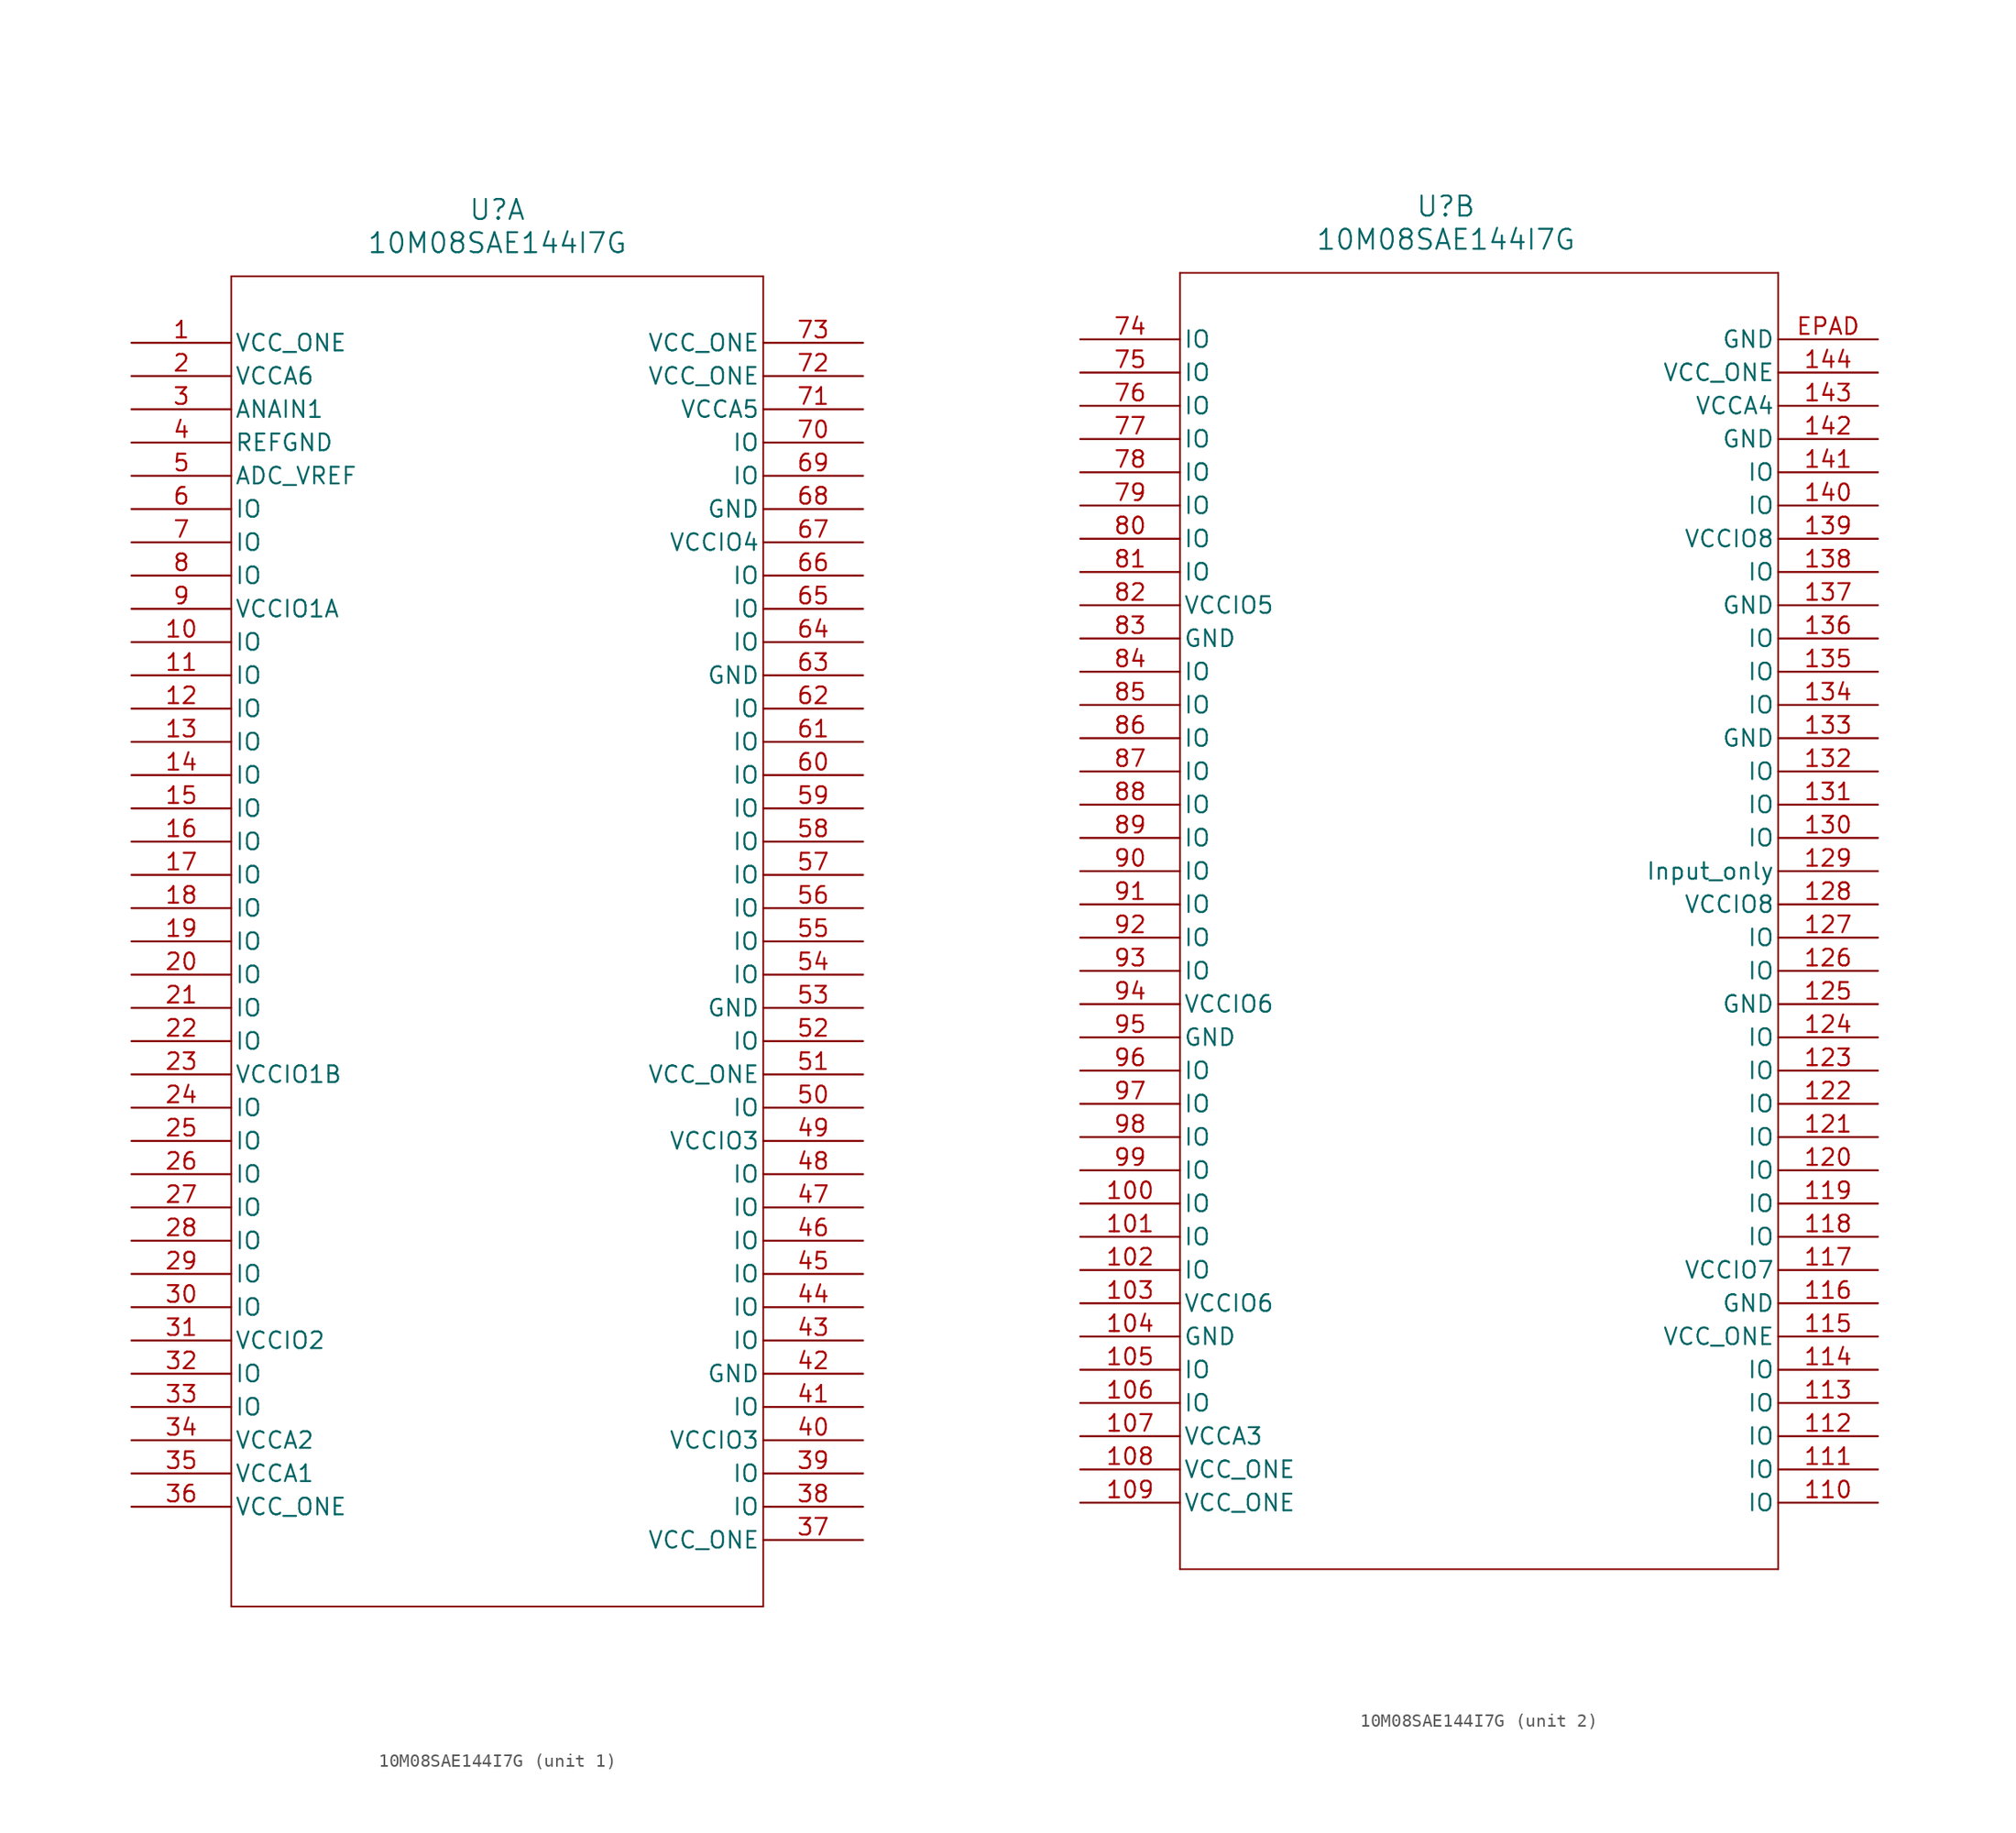
<source format=kicad_sym>
(kicad_symbol_lib
  (version 20211014)
  (generator kicad_symbol_editor)
  (symbol "10M08SAE144I7G"
    (pin_names
      (offset 0.254))
    (property "Reference" "U"
      (at 27.94 10.16 0)
      (effects (font (size 1.524 1.524))))
    (property "Value" "10M08SAE144I7G"
      (at 27.94 7.62 0)
      (effects (font (size 1.524 1.524))))
    (symbol "10M08SAE144I7G_1_1"
      (polyline (pts (xy 7.62 5.08) (xy 7.62 -96.52)) (stroke (width 0.127) (type default) (color 0 0 0 0)) (fill (type none)))
      (polyline (pts (xy 7.62 -96.52) (xy 48.26 -96.52)) (stroke (width 0.127) (type default) (color 0 0 0 0)) (fill (type none)))
      (polyline (pts (xy 48.26 -96.52) (xy 48.26 5.08)) (stroke (width 0.127) (type default) (color 0 0 0 0)) (fill (type none)))
      (polyline (pts (xy 48.26 5.08) (xy 7.62 5.08)) (stroke (width 0.127) (type default) (color 0 0 0 0)) (fill (type none)))
      (pin power_in line (at 0 0 0) (length 7.62) (name "VCC_ONE" (effects (font (size 1.27 1.27)))) (number "1" (effects (font (size 1.27 1.27)))))
      (pin power_in line (at 0 -2.54 0) (length 7.62) (name "VCCA6" (effects (font (size 1.27 1.27)))) (number "2" (effects (font (size 1.27 1.27)))))
      (pin input line (at 0 -5.08 0) (length 7.62) (name "ANAIN1" (effects (font (size 1.27 1.27)))) (number "3" (effects (font (size 1.27 1.27)))))
      (pin power_out line (at 0 -7.62 0) (length 7.62) (name "REFGND" (effects (font (size 1.27 1.27)))) (number "4" (effects (font (size 1.27 1.27)))))
      (pin power_in line (at 0 -10.16 0) (length 7.62) (name "ADC_VREF" (effects (font (size 1.27 1.27)))) (number "5" (effects (font (size 1.27 1.27)))))
      (pin bidirectional line (at 0 -12.7 0) (length 7.62) (name "IO" (effects (font (size 1.27 1.27)))) (number "6" (effects (font (size 1.27 1.27)))))
      (pin bidirectional line (at 0 -15.24 0) (length 7.62) (name "IO" (effects (font (size 1.27 1.27)))) (number "7" (effects (font (size 1.27 1.27)))))
      (pin bidirectional line (at 0 -17.78 0) (length 7.62) (name "IO" (effects (font (size 1.27 1.27)))) (number "8" (effects (font (size 1.27 1.27)))))
      (pin power_in line (at 0 -20.32 0) (length 7.62) (name "VCCIO1A" (effects (font (size 1.27 1.27)))) (number "9" (effects (font (size 1.27 1.27)))))
      (pin bidirectional line (at 0 -22.86 0) (length 7.62) (name "IO" (effects (font (size 1.27 1.27)))) (number "10" (effects (font (size 1.27 1.27)))))
      (pin bidirectional line (at 0 -25.4 0) (length 7.62) (name "IO" (effects (font (size 1.27 1.27)))) (number "11" (effects (font (size 1.27 1.27)))))
      (pin bidirectional line (at 0 -27.94 0) (length 7.62) (name "IO" (effects (font (size 1.27 1.27)))) (number "12" (effects (font (size 1.27 1.27)))))
      (pin bidirectional line (at 0 -30.48 0) (length 7.62) (name "IO" (effects (font (size 1.27 1.27)))) (number "13" (effects (font (size 1.27 1.27)))))
      (pin bidirectional line (at 0 -33.02 0) (length 7.62) (name "IO" (effects (font (size 1.27 1.27)))) (number "14" (effects (font (size 1.27 1.27)))))
      (pin bidirectional line (at 0 -35.56 0) (length 7.62) (name "IO" (effects (font (size 1.27 1.27)))) (number "15" (effects (font (size 1.27 1.27)))))
      (pin bidirectional line (at 0 -38.1 0) (length 7.62) (name "IO" (effects (font (size 1.27 1.27)))) (number "16" (effects (font (size 1.27 1.27)))))
      (pin bidirectional line (at 0 -40.64 0) (length 7.62) (name "IO" (effects (font (size 1.27 1.27)))) (number "17" (effects (font (size 1.27 1.27)))))
      (pin bidirectional line (at 0 -43.18 0) (length 7.62) (name "IO" (effects (font (size 1.27 1.27)))) (number "18" (effects (font (size 1.27 1.27)))))
      (pin bidirectional line (at 0 -45.72 0) (length 7.62) (name "IO" (effects (font (size 1.27 1.27)))) (number "19" (effects (font (size 1.27 1.27)))))
      (pin bidirectional line (at 0 -48.26 0) (length 7.62) (name "IO" (effects (font (size 1.27 1.27)))) (number "20" (effects (font (size 1.27 1.27)))))
      (pin bidirectional line (at 0 -50.8 0) (length 7.62) (name "IO" (effects (font (size 1.27 1.27)))) (number "21" (effects (font (size 1.27 1.27)))))
      (pin bidirectional line (at 0 -53.34 0) (length 7.62) (name "IO" (effects (font (size 1.27 1.27)))) (number "22" (effects (font (size 1.27 1.27)))))
      (pin power_in line (at 0 -55.88 0) (length 7.62) (name "VCCIO1B" (effects (font (size 1.27 1.27)))) (number "23" (effects (font (size 1.27 1.27)))))
      (pin bidirectional line (at 0 -58.42 0) (length 7.62) (name "IO" (effects (font (size 1.27 1.27)))) (number "24" (effects (font (size 1.27 1.27)))))
      (pin bidirectional line (at 0 -60.96 0) (length 7.62) (name "IO" (effects (font (size 1.27 1.27)))) (number "25" (effects (font (size 1.27 1.27)))))
      (pin bidirectional line (at 0 -63.5 0) (length 7.62) (name "IO" (effects (font (size 1.27 1.27)))) (number "26" (effects (font (size 1.27 1.27)))))
      (pin bidirectional line (at 0 -66.04 0) (length 7.62) (name "IO" (effects (font (size 1.27 1.27)))) (number "27" (effects (font (size 1.27 1.27)))))
      (pin bidirectional line (at 0 -68.58 0) (length 7.62) (name "IO" (effects (font (size 1.27 1.27)))) (number "28" (effects (font (size 1.27 1.27)))))
      (pin bidirectional line (at 0 -71.12 0) (length 7.62) (name "IO" (effects (font (size 1.27 1.27)))) (number "29" (effects (font (size 1.27 1.27)))))
      (pin bidirectional line (at 0 -73.66 0) (length 7.62) (name "IO" (effects (font (size 1.27 1.27)))) (number "30" (effects (font (size 1.27 1.27)))))
      (pin power_in line (at 0 -76.2 0) (length 7.62) (name "VCCIO2" (effects (font (size 1.27 1.27)))) (number "31" (effects (font (size 1.27 1.27)))))
      (pin bidirectional line (at 0 -78.74 0) (length 7.62) (name "IO" (effects (font (size 1.27 1.27)))) (number "32" (effects (font (size 1.27 1.27)))))
      (pin bidirectional line (at 0 -81.28 0) (length 7.62) (name "IO" (effects (font (size 1.27 1.27)))) (number "33" (effects (font (size 1.27 1.27)))))
      (pin power_in line (at 0 -83.82 0) (length 7.62) (name "VCCA2" (effects (font (size 1.27 1.27)))) (number "34" (effects (font (size 1.27 1.27)))))
      (pin power_in line (at 0 -86.36 0) (length 7.62) (name "VCCA1" (effects (font (size 1.27 1.27)))) (number "35" (effects (font (size 1.27 1.27)))))
      (pin power_in line (at 0 -88.9 0) (length 7.62) (name "VCC_ONE" (effects (font (size 1.27 1.27)))) (number "36" (effects (font (size 1.27 1.27)))))
      (pin power_in line (at 55.88 -91.44 180) (length 7.62) (name "VCC_ONE" (effects (font (size 1.27 1.27)))) (number "37" (effects (font (size 1.27 1.27)))))
      (pin bidirectional line (at 55.88 -88.9 180) (length 7.62) (name "IO" (effects (font (size 1.27 1.27)))) (number "38" (effects (font (size 1.27 1.27)))))
      (pin bidirectional line (at 55.88 -86.36 180) (length 7.62) (name "IO" (effects (font (size 1.27 1.27)))) (number "39" (effects (font (size 1.27 1.27)))))
      (pin power_in line (at 55.88 -83.82 180) (length 7.62) (name "VCCIO3" (effects (font (size 1.27 1.27)))) (number "40" (effects (font (size 1.27 1.27)))))
      (pin bidirectional line (at 55.88 -81.28 180) (length 7.62) (name "IO" (effects (font (size 1.27 1.27)))) (number "41" (effects (font (size 1.27 1.27)))))
      (pin power_out line (at 55.88 -78.74 180) (length 7.62) (name "GND" (effects (font (size 1.27 1.27)))) (number "42" (effects (font (size 1.27 1.27)))))
      (pin bidirectional line (at 55.88 -76.2 180) (length 7.62) (name "IO" (effects (font (size 1.27 1.27)))) (number "43" (effects (font (size 1.27 1.27)))))
      (pin bidirectional line (at 55.88 -73.66 180) (length 7.62) (name "IO" (effects (font (size 1.27 1.27)))) (number "44" (effects (font (size 1.27 1.27)))))
      (pin bidirectional line (at 55.88 -71.12 180) (length 7.62) (name "IO" (effects (font (size 1.27 1.27)))) (number "45" (effects (font (size 1.27 1.27)))))
      (pin bidirectional line (at 55.88 -68.58 180) (length 7.62) (name "IO" (effects (font (size 1.27 1.27)))) (number "46" (effects (font (size 1.27 1.27)))))
      (pin bidirectional line (at 55.88 -66.04 180) (length 7.62) (name "IO" (effects (font (size 1.27 1.27)))) (number "47" (effects (font (size 1.27 1.27)))))
      (pin bidirectional line (at 55.88 -63.5 180) (length 7.62) (name "IO" (effects (font (size 1.27 1.27)))) (number "48" (effects (font (size 1.27 1.27)))))
      (pin power_in line (at 55.88 -60.96 180) (length 7.62) (name "VCCIO3" (effects (font (size 1.27 1.27)))) (number "49" (effects (font (size 1.27 1.27)))))
      (pin bidirectional line (at 55.88 -58.42 180) (length 7.62) (name "IO" (effects (font (size 1.27 1.27)))) (number "50" (effects (font (size 1.27 1.27)))))
      (pin power_in line (at 55.88 -55.88 180) (length 7.62) (name "VCC_ONE" (effects (font (size 1.27 1.27)))) (number "51" (effects (font (size 1.27 1.27)))))
      (pin bidirectional line (at 55.88 -53.34 180) (length 7.62) (name "IO" (effects (font (size 1.27 1.27)))) (number "52" (effects (font (size 1.27 1.27)))))
      (pin power_out line (at 55.88 -50.8 180) (length 7.62) (name "GND" (effects (font (size 1.27 1.27)))) (number "53" (effects (font (size 1.27 1.27)))))
      (pin bidirectional line (at 55.88 -48.26 180) (length 7.62) (name "IO" (effects (font (size 1.27 1.27)))) (number "54" (effects (font (size 1.27 1.27)))))
      (pin bidirectional line (at 55.88 -45.72 180) (length 7.62) (name "IO" (effects (font (size 1.27 1.27)))) (number "55" (effects (font (size 1.27 1.27)))))
      (pin bidirectional line (at 55.88 -43.18 180) (length 7.62) (name "IO" (effects (font (size 1.27 1.27)))) (number "56" (effects (font (size 1.27 1.27)))))
      (pin bidirectional line (at 55.88 -40.64 180) (length 7.62) (name "IO" (effects (font (size 1.27 1.27)))) (number "57" (effects (font (size 1.27 1.27)))))
      (pin bidirectional line (at 55.88 -38.1 180) (length 7.62) (name "IO" (effects (font (size 1.27 1.27)))) (number "58" (effects (font (size 1.27 1.27)))))
      (pin bidirectional line (at 55.88 -35.56 180) (length 7.62) (name "IO" (effects (font (size 1.27 1.27)))) (number "59" (effects (font (size 1.27 1.27)))))
      (pin bidirectional line (at 55.88 -33.02 180) (length 7.62) (name "IO" (effects (font (size 1.27 1.27)))) (number "60" (effects (font (size 1.27 1.27)))))
      (pin bidirectional line (at 55.88 -30.48 180) (length 7.62) (name "IO" (effects (font (size 1.27 1.27)))) (number "61" (effects (font (size 1.27 1.27)))))
      (pin bidirectional line (at 55.88 -27.94 180) (length 7.62) (name "IO" (effects (font (size 1.27 1.27)))) (number "62" (effects (font (size 1.27 1.27)))))
      (pin power_out line (at 55.88 -25.4 180) (length 7.62) (name "GND" (effects (font (size 1.27 1.27)))) (number "63" (effects (font (size 1.27 1.27)))))
      (pin bidirectional line (at 55.88 -22.86 180) (length 7.62) (name "IO" (effects (font (size 1.27 1.27)))) (number "64" (effects (font (size 1.27 1.27)))))
      (pin bidirectional line (at 55.88 -20.32 180) (length 7.62) (name "IO" (effects (font (size 1.27 1.27)))) (number "65" (effects (font (size 1.27 1.27)))))
      (pin bidirectional line (at 55.88 -17.78 180) (length 7.62) (name "IO" (effects (font (size 1.27 1.27)))) (number "66" (effects (font (size 1.27 1.27)))))
      (pin power_in line (at 55.88 -15.24 180) (length 7.62) (name "VCCIO4" (effects (font (size 1.27 1.27)))) (number "67" (effects (font (size 1.27 1.27)))))
      (pin power_out line (at 55.88 -12.7 180) (length 7.62) (name "GND" (effects (font (size 1.27 1.27)))) (number "68" (effects (font (size 1.27 1.27)))))
      (pin bidirectional line (at 55.88 -10.16 180) (length 7.62) (name "IO" (effects (font (size 1.27 1.27)))) (number "69" (effects (font (size 1.27 1.27)))))
      (pin bidirectional line (at 55.88 -7.62 180) (length 7.62) (name "IO" (effects (font (size 1.27 1.27)))) (number "70" (effects (font (size 1.27 1.27)))))
      (pin power_in line (at 55.88 -5.08 180) (length 7.62) (name "VCCA5" (effects (font (size 1.27 1.27)))) (number "71" (effects (font (size 1.27 1.27)))))
      (pin power_in line (at 55.88 -2.54 180) (length 7.62) (name "VCC_ONE" (effects (font (size 1.27 1.27)))) (number "72" (effects (font (size 1.27 1.27)))))
      (pin power_in line (at 55.88 0 180) (length 7.62) (name "VCC_ONE" (effects (font (size 1.27 1.27)))) (number "73" (effects (font (size 1.27 1.27))))))
    (symbol "10M08SAE144I7G_2_1"
      (polyline (pts (xy 7.62 5.08) (xy 7.62 -93.98)) (stroke (width 0.127) (type default) (color 0 0 0 0)) (fill (type none)))
      (polyline (pts (xy 7.62 -93.98) (xy 53.34 -93.98)) (stroke (width 0.127) (type default) (color 0 0 0 0)) (fill (type none)))
      (polyline (pts (xy 53.34 -93.98) (xy 53.34 5.08)) (stroke (width 0.127) (type default) (color 0 0 0 0)) (fill (type none)))
      (polyline (pts (xy 53.34 5.08) (xy 7.62 5.08)) (stroke (width 0.127) (type default) (color 0 0 0 0)) (fill (type none)))
      (pin bidirectional line (at 0 0 0) (length 7.62) (name "IO" (effects (font (size 1.27 1.27)))) (number "74" (effects (font (size 1.27 1.27)))))
      (pin bidirectional line (at 0 -2.54 0) (length 7.62) (name "IO" (effects (font (size 1.27 1.27)))) (number "75" (effects (font (size 1.27 1.27)))))
      (pin bidirectional line (at 0 -5.08 0) (length 7.62) (name "IO" (effects (font (size 1.27 1.27)))) (number "76" (effects (font (size 1.27 1.27)))))
      (pin bidirectional line (at 0 -7.62 0) (length 7.62) (name "IO" (effects (font (size 1.27 1.27)))) (number "77" (effects (font (size 1.27 1.27)))))
      (pin bidirectional line (at 0 -10.16 0) (length 7.62) (name "IO" (effects (font (size 1.27 1.27)))) (number "78" (effects (font (size 1.27 1.27)))))
      (pin bidirectional line (at 0 -12.7 0) (length 7.62) (name "IO" (effects (font (size 1.27 1.27)))) (number "79" (effects (font (size 1.27 1.27)))))
      (pin bidirectional line (at 0 -15.24 0) (length 7.62) (name "IO" (effects (font (size 1.27 1.27)))) (number "80" (effects (font (size 1.27 1.27)))))
      (pin bidirectional line (at 0 -17.78 0) (length 7.62) (name "IO" (effects (font (size 1.27 1.27)))) (number "81" (effects (font (size 1.27 1.27)))))
      (pin power_in line (at 0 -20.32 0) (length 7.62) (name "VCCIO5" (effects (font (size 1.27 1.27)))) (number "82" (effects (font (size 1.27 1.27)))))
      (pin power_out line (at 0 -22.86 0) (length 7.62) (name "GND" (effects (font (size 1.27 1.27)))) (number "83" (effects (font (size 1.27 1.27)))))
      (pin bidirectional line (at 0 -25.4 0) (length 7.62) (name "IO" (effects (font (size 1.27 1.27)))) (number "84" (effects (font (size 1.27 1.27)))))
      (pin bidirectional line (at 0 -27.94 0) (length 7.62) (name "IO" (effects (font (size 1.27 1.27)))) (number "85" (effects (font (size 1.27 1.27)))))
      (pin bidirectional line (at 0 -30.48 0) (length 7.62) (name "IO" (effects (font (size 1.27 1.27)))) (number "86" (effects (font (size 1.27 1.27)))))
      (pin bidirectional line (at 0 -33.02 0) (length 7.62) (name "IO" (effects (font (size 1.27 1.27)))) (number "87" (effects (font (size 1.27 1.27)))))
      (pin bidirectional line (at 0 -35.56 0) (length 7.62) (name "IO" (effects (font (size 1.27 1.27)))) (number "88" (effects (font (size 1.27 1.27)))))
      (pin bidirectional line (at 0 -38.1 0) (length 7.62) (name "IO" (effects (font (size 1.27 1.27)))) (number "89" (effects (font (size 1.27 1.27)))))
      (pin bidirectional line (at 0 -40.64 0) (length 7.62) (name "IO" (effects (font (size 1.27 1.27)))) (number "90" (effects (font (size 1.27 1.27)))))
      (pin bidirectional line (at 0 -43.18 0) (length 7.62) (name "IO" (effects (font (size 1.27 1.27)))) (number "91" (effects (font (size 1.27 1.27)))))
      (pin bidirectional line (at 0 -45.72 0) (length 7.62) (name "IO" (effects (font (size 1.27 1.27)))) (number "92" (effects (font (size 1.27 1.27)))))
      (pin bidirectional line (at 0 -48.26 0) (length 7.62) (name "IO" (effects (font (size 1.27 1.27)))) (number "93" (effects (font (size 1.27 1.27)))))
      (pin power_in line (at 0 -50.8 0) (length 7.62) (name "VCCIO6" (effects (font (size 1.27 1.27)))) (number "94" (effects (font (size 1.27 1.27)))))
      (pin power_out line (at 0 -53.34 0) (length 7.62) (name "GND" (effects (font (size 1.27 1.27)))) (number "95" (effects (font (size 1.27 1.27)))))
      (pin bidirectional line (at 0 -55.88 0) (length 7.62) (name "IO" (effects (font (size 1.27 1.27)))) (number "96" (effects (font (size 1.27 1.27)))))
      (pin bidirectional line (at 0 -58.42 0) (length 7.62) (name "IO" (effects (font (size 1.27 1.27)))) (number "97" (effects (font (size 1.27 1.27)))))
      (pin bidirectional line (at 0 -60.96 0) (length 7.62) (name "IO" (effects (font (size 1.27 1.27)))) (number "98" (effects (font (size 1.27 1.27)))))
      (pin bidirectional line (at 0 -63.5 0) (length 7.62) (name "IO" (effects (font (size 1.27 1.27)))) (number "99" (effects (font (size 1.27 1.27)))))
      (pin bidirectional line (at 0 -66.04 0) (length 7.62) (name "IO" (effects (font (size 1.27 1.27)))) (number "100" (effects (font (size 1.27 1.27)))))
      (pin bidirectional line (at 0 -68.58 0) (length 7.62) (name "IO" (effects (font (size 1.27 1.27)))) (number "101" (effects (font (size 1.27 1.27)))))
      (pin bidirectional line (at 0 -71.12 0) (length 7.62) (name "IO" (effects (font (size 1.27 1.27)))) (number "102" (effects (font (size 1.27 1.27)))))
      (pin power_in line (at 0 -73.66 0) (length 7.62) (name "VCCIO6" (effects (font (size 1.27 1.27)))) (number "103" (effects (font (size 1.27 1.27)))))
      (pin power_out line (at 0 -76.2 0) (length 7.62) (name "GND" (effects (font (size 1.27 1.27)))) (number "104" (effects (font (size 1.27 1.27)))))
      (pin bidirectional line (at 0 -78.74 0) (length 7.62) (name "IO" (effects (font (size 1.27 1.27)))) (number "105" (effects (font (size 1.27 1.27)))))
      (pin bidirectional line (at 0 -81.28 0) (length 7.62) (name "IO" (effects (font (size 1.27 1.27)))) (number "106" (effects (font (size 1.27 1.27)))))
      (pin power_in line (at 0 -83.82 0) (length 7.62) (name "VCCA3" (effects (font (size 1.27 1.27)))) (number "107" (effects (font (size 1.27 1.27)))))
      (pin power_in line (at 0 -86.36 0) (length 7.62) (name "VCC_ONE" (effects (font (size 1.27 1.27)))) (number "108" (effects (font (size 1.27 1.27)))))
      (pin power_in line (at 0 -88.9 0) (length 7.62) (name "VCC_ONE" (effects (font (size 1.27 1.27)))) (number "109" (effects (font (size 1.27 1.27)))))
      (pin bidirectional line (at 60.96 -88.9 180) (length 7.62) (name "IO" (effects (font (size 1.27 1.27)))) (number "110" (effects (font (size 1.27 1.27)))))
      (pin bidirectional line (at 60.96 -86.36 180) (length 7.62) (name "IO" (effects (font (size 1.27 1.27)))) (number "111" (effects (font (size 1.27 1.27)))))
      (pin bidirectional line (at 60.96 -83.82 180) (length 7.62) (name "IO" (effects (font (size 1.27 1.27)))) (number "112" (effects (font (size 1.27 1.27)))))
      (pin bidirectional line (at 60.96 -81.28 180) (length 7.62) (name "IO" (effects (font (size 1.27 1.27)))) (number "113" (effects (font (size 1.27 1.27)))))
      (pin bidirectional line (at 60.96 -78.74 180) (length 7.62) (name "IO" (effects (font (size 1.27 1.27)))) (number "114" (effects (font (size 1.27 1.27)))))
      (pin power_in line (at 60.96 -76.2 180) (length 7.62) (name "VCC_ONE" (effects (font (size 1.27 1.27)))) (number "115" (effects (font (size 1.27 1.27)))))
      (pin power_out line (at 60.96 -73.66 180) (length 7.62) (name "GND" (effects (font (size 1.27 1.27)))) (number "116" (effects (font (size 1.27 1.27)))))
      (pin power_in line (at 60.96 -71.12 180) (length 7.62) (name "VCCIO7" (effects (font (size 1.27 1.27)))) (number "117" (effects (font (size 1.27 1.27)))))
      (pin bidirectional line (at 60.96 -68.58 180) (length 7.62) (name "IO" (effects (font (size 1.27 1.27)))) (number "118" (effects (font (size 1.27 1.27)))))
      (pin bidirectional line (at 60.96 -66.04 180) (length 7.62) (name "IO" (effects (font (size 1.27 1.27)))) (number "119" (effects (font (size 1.27 1.27)))))
      (pin bidirectional line (at 60.96 -63.5 180) (length 7.62) (name "IO" (effects (font (size 1.27 1.27)))) (number "120" (effects (font (size 1.27 1.27)))))
      (pin bidirectional line (at 60.96 -60.96 180) (length 7.62) (name "IO" (effects (font (size 1.27 1.27)))) (number "121" (effects (font (size 1.27 1.27)))))
      (pin bidirectional line (at 60.96 -58.42 180) (length 7.62) (name "IO" (effects (font (size 1.27 1.27)))) (number "122" (effects (font (size 1.27 1.27)))))
      (pin bidirectional line (at 60.96 -55.88 180) (length 7.62) (name "IO" (effects (font (size 1.27 1.27)))) (number "123" (effects (font (size 1.27 1.27)))))
      (pin bidirectional line (at 60.96 -53.34 180) (length 7.62) (name "IO" (effects (font (size 1.27 1.27)))) (number "124" (effects (font (size 1.27 1.27)))))
      (pin power_out line (at 60.96 -50.8 180) (length 7.62) (name "GND" (effects (font (size 1.27 1.27)))) (number "125" (effects (font (size 1.27 1.27)))))
      (pin bidirectional line (at 60.96 -48.26 180) (length 7.62) (name "IO" (effects (font (size 1.27 1.27)))) (number "126" (effects (font (size 1.27 1.27)))))
      (pin bidirectional line (at 60.96 -45.72 180) (length 7.62) (name "IO" (effects (font (size 1.27 1.27)))) (number "127" (effects (font (size 1.27 1.27)))))
      (pin power_in line (at 60.96 -43.18 180) (length 7.62) (name "VCCIO8" (effects (font (size 1.27 1.27)))) (number "128" (effects (font (size 1.27 1.27)))))
      (pin input line (at 60.96 -40.64 180) (length 7.62) (name "Input_only" (effects (font (size 1.27 1.27)))) (number "129" (effects (font (size 1.27 1.27)))))
      (pin bidirectional line (at 60.96 -38.1 180) (length 7.62) (name "IO" (effects (font (size 1.27 1.27)))) (number "130" (effects (font (size 1.27 1.27)))))
      (pin bidirectional line (at 60.96 -35.56 180) (length 7.62) (name "IO" (effects (font (size 1.27 1.27)))) (number "131" (effects (font (size 1.27 1.27)))))
      (pin bidirectional line (at 60.96 -33.02 180) (length 7.62) (name "IO" (effects (font (size 1.27 1.27)))) (number "132" (effects (font (size 1.27 1.27)))))
      (pin power_out line (at 60.96 -30.48 180) (length 7.62) (name "GND" (effects (font (size 1.27 1.27)))) (number "133" (effects (font (size 1.27 1.27)))))
      (pin bidirectional line (at 60.96 -27.94 180) (length 7.62) (name "IO" (effects (font (size 1.27 1.27)))) (number "134" (effects (font (size 1.27 1.27)))))
      (pin bidirectional line (at 60.96 -25.4 180) (length 7.62) (name "IO" (effects (font (size 1.27 1.27)))) (number "135" (effects (font (size 1.27 1.27)))))
      (pin bidirectional line (at 60.96 -22.86 180) (length 7.62) (name "IO" (effects (font (size 1.27 1.27)))) (number "136" (effects (font (size 1.27 1.27)))))
      (pin power_out line (at 60.96 -20.32 180) (length 7.62) (name "GND" (effects (font (size 1.27 1.27)))) (number "137" (effects (font (size 1.27 1.27)))))
      (pin bidirectional line (at 60.96 -17.78 180) (length 7.62) (name "IO" (effects (font (size 1.27 1.27)))) (number "138" (effects (font (size 1.27 1.27)))))
      (pin power_in line (at 60.96 -15.24 180) (length 7.62) (name "VCCIO8" (effects (font (size 1.27 1.27)))) (number "139" (effects (font (size 1.27 1.27)))))
      (pin bidirectional line (at 60.96 -12.7 180) (length 7.62) (name "IO" (effects (font (size 1.27 1.27)))) (number "140" (effects (font (size 1.27 1.27)))))
      (pin bidirectional line (at 60.96 -10.16 180) (length 7.62) (name "IO" (effects (font (size 1.27 1.27)))) (number "141" (effects (font (size 1.27 1.27)))))
      (pin power_out line (at 60.96 -7.62 180) (length 7.62) (name "GND" (effects (font (size 1.27 1.27)))) (number "142" (effects (font (size 1.27 1.27)))))
      (pin power_in line (at 60.96 -5.08 180) (length 7.62) (name "VCCA4" (effects (font (size 1.27 1.27)))) (number "143" (effects (font (size 1.27 1.27)))))
      (pin power_in line (at 60.96 -2.54 180) (length 7.62) (name "VCC_ONE" (effects (font (size 1.27 1.27)))) (number "144" (effects (font (size 1.27 1.27)))))
      (pin power_out line (at 60.96 0 180) (length 7.62) (name "GND" (effects (font (size 1.27 1.27)))) (number "EPAD" (effects (font (size 1.27 1.27))))))))
</source>
